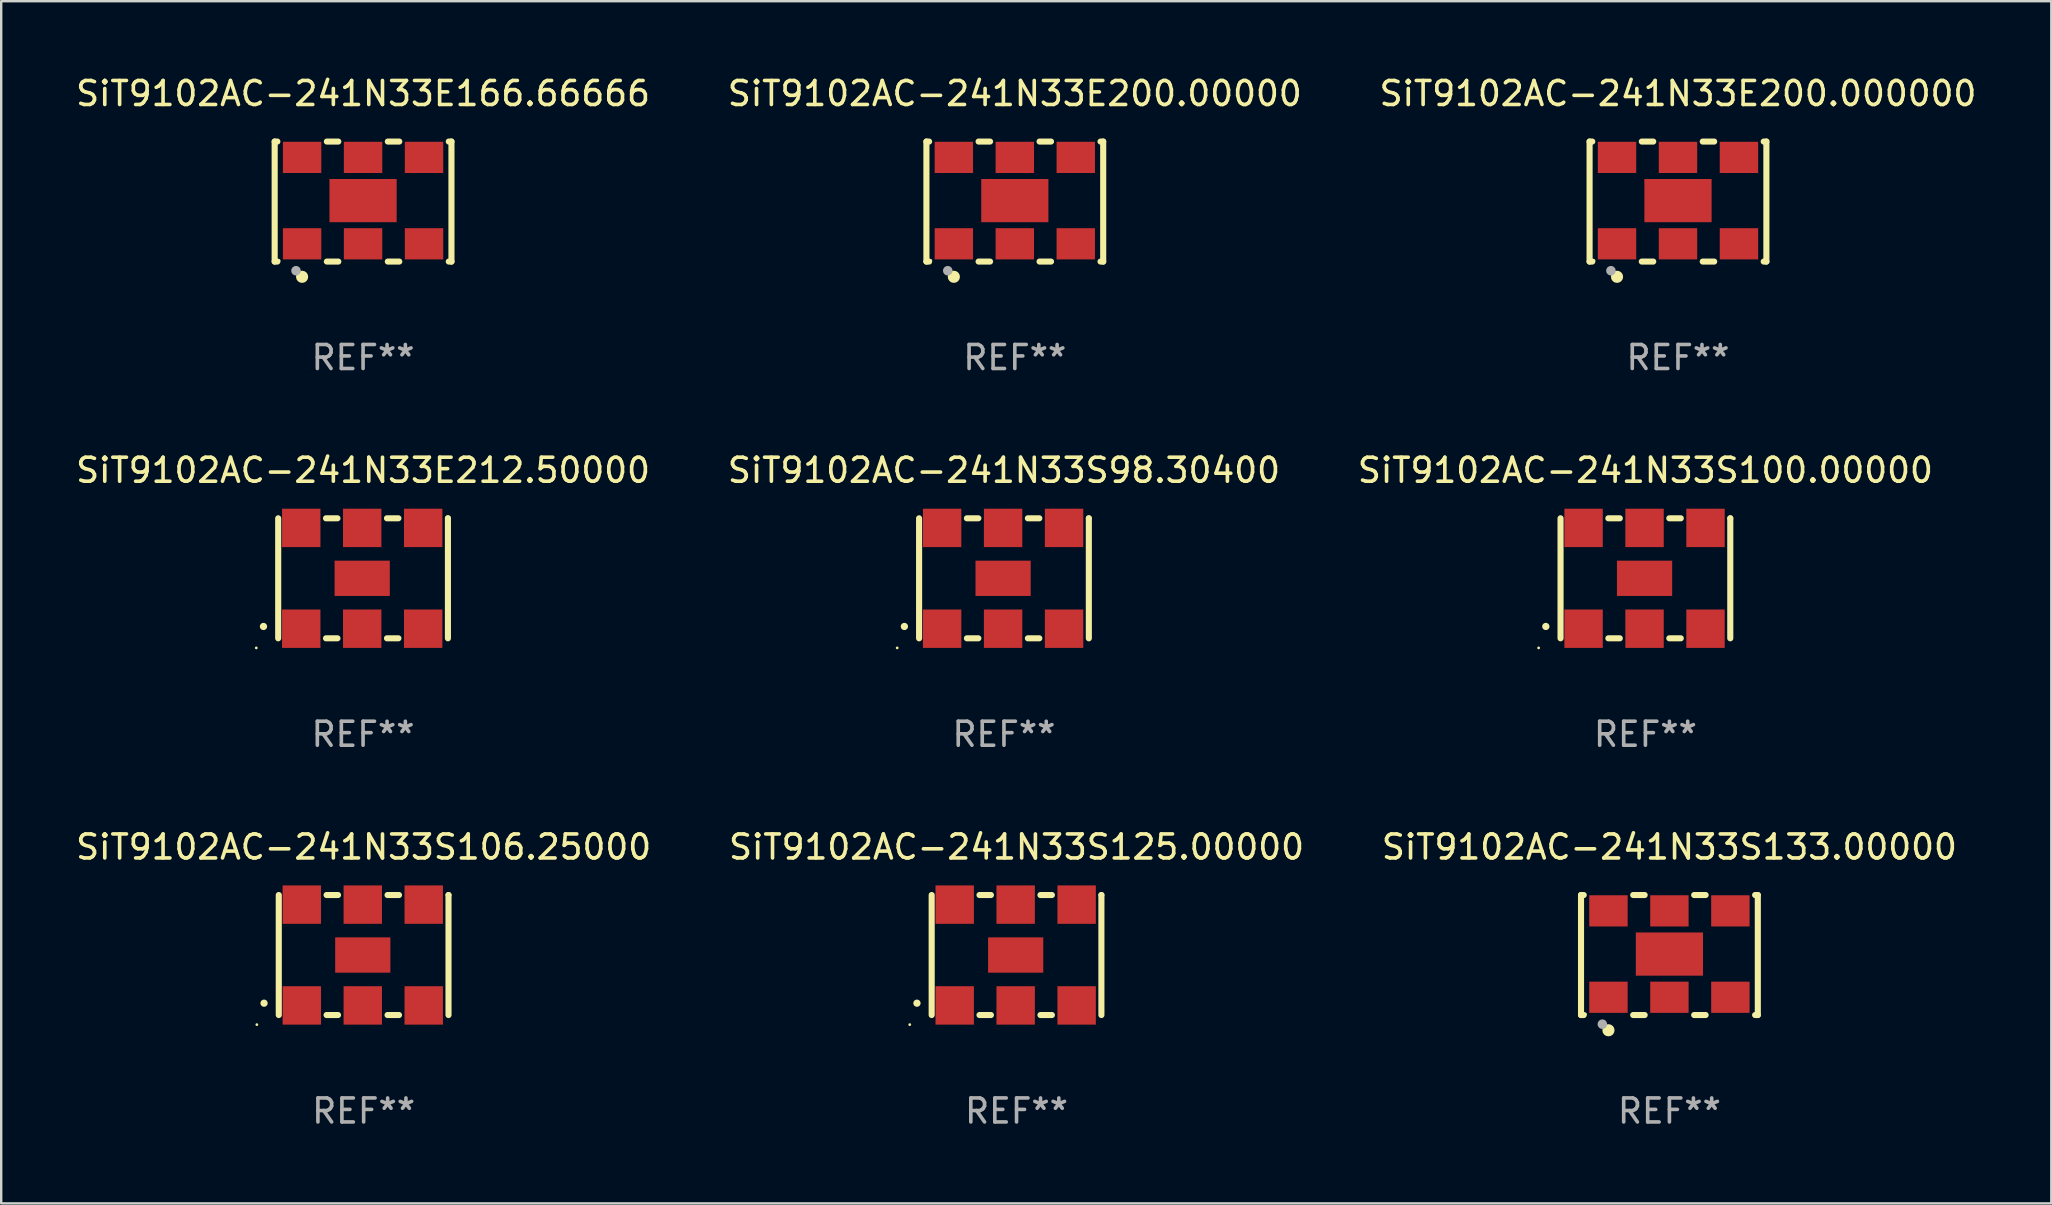
<source format=kicad_pcb>
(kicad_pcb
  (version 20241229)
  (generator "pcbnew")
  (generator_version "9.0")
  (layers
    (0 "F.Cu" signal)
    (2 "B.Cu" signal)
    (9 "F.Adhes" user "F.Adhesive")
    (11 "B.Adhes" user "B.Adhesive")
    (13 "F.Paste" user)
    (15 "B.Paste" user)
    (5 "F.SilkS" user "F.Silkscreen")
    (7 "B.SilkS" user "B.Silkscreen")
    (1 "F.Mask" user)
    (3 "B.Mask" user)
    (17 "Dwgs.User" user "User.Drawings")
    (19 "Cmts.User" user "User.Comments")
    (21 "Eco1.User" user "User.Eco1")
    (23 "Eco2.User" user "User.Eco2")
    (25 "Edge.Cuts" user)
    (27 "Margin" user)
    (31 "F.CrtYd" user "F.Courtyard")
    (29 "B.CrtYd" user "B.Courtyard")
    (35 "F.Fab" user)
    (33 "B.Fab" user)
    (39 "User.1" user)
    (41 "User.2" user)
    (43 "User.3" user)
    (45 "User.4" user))
  (footprint "SiT9102AC-241N33E212.50000"
    (layer "F.Cu")
    (at 12.077 21.045)
    (property "Reference" "SiT9102AC-241N33E212.50000" (at 0 -4.5 0) (layer "F.SilkS") (effects (font (size 1 1) (thickness 0.15))))
    (attr through_hole)
    (fp_line (start -3.536 -2.5) (end -3.536 2.5) (stroke (width 0.254) (type solid)) (layer "F.SilkS"))
    (fp_line (start -1.544 2.5) (end -1.067 2.5) (stroke (width 0.254) (type solid)) (layer "F.SilkS"))
    (fp_line (start -1.067 -2.5) (end -1.544 -2.5) (stroke (width 0.254) (type solid)) (layer "F.SilkS"))
    (fp_line (start 0.996 2.5) (end 1.473 2.5) (stroke (width 0.254) (type solid)) (layer "F.SilkS"))
    (fp_line (start 1.473 -2.5) (end 0.996 -2.5) (stroke (width 0.254) (type solid)) (layer "F.SilkS"))
    (fp_line (start 3.536 -2.5) (end 3.536 -2.5) (stroke (width 0.254) (type solid)) (layer "F.SilkS"))
    (fp_line (start 3.536 2.5) (end 3.536 -2.5) (stroke (width 0.254) (type solid)) (layer "F.SilkS"))
    (fp_arc (start -4.150432 2.006604) (mid -4.149162 2.006599) (end -4.147892 2.006604) (stroke (width 0.3) (type solid)) (layer "F.SilkS"))
    (fp_circle (center -4.449 2.9) (end -4.419 2.9) (stroke (width 0.06) (type solid)) (fill no) (layer "F.SilkS"))
    (fp_text user "REF**" (at 0 6.5 0) (layer "F.Fab") (effects (font (size 1 1) (thickness 0.15))))
    (pad "1" smd rect (at -2.576 2.1) (size 1.6 1.6) (layers "F.Cu" "F.Mask" "F.Paste"))
    (pad "2" smd rect (at -0.036 2.1) (size 1.6 1.6) (layers "F.Cu" "F.Mask" "F.Paste"))
    (pad "3" smd rect (at 2.504 2.1) (size 1.6 1.6) (layers "F.Cu" "F.Mask" "F.Paste"))
    (pad "4" smd rect (at 2.504 -2.1) (size 1.6 1.6) (layers "F.Cu" "F.Mask" "F.Paste"))
    (pad "5" smd rect (at -0.036 -2.1) (size 1.6 1.6) (layers "F.Cu" "F.Mask" "F.Paste"))
    (pad "6" smd rect (at -2.576 -2.1) (size 1.6 1.6) (layers "F.Cu" "F.Mask" "F.Paste"))
    (pad "7" smd rect (at -0.036 0) (size 2.3 1.47) (layers "F.Cu" "F.Mask" "F.Paste")))
  (footprint "SiT9102AC-241N33E200.00000"
    (layer "F.Cu")
    (at 39.232 5.348)
    (property "Reference" "SiT9102AC-241N33E200.00000" (at 0 -4.5 0) (layer "F.SilkS") (effects (font (size 1 1) (thickness 0.15))))
    (attr through_hole)
    (fp_line (start -3.683 -2.5) (end -3.571 -2.5) (stroke (width 0.254) (type solid)) (layer "F.SilkS"))
    (fp_line (start -3.683 2.5) (end -3.683 -2.5) (stroke (width 0.254) (type solid)) (layer "F.SilkS"))
    (fp_line (start -3.683 2.5) (end -3.571 2.5) (stroke (width 0.254) (type solid)) (layer "F.SilkS"))
    (fp_line (start -1.509 -2.5) (end -1.031 -2.5) (stroke (width 0.254) (type solid)) (layer "F.SilkS"))
    (fp_line (start -1.509 2.5) (end -1.031 2.5) (stroke (width 0.254) (type solid)) (layer "F.SilkS"))
    (fp_line (start 1.031 -2.5) (end 1.509 -2.5) (stroke (width 0.254) (type solid)) (layer "F.SilkS"))
    (fp_line (start 1.031 2.5) (end 1.509 2.5) (stroke (width 0.254) (type solid)) (layer "F.SilkS"))
    (fp_line (start 3.571 -2.5) (end 3.683 -2.5) (stroke (width 0.254) (type solid)) (layer "F.SilkS"))
    (fp_line (start 3.571 2.5) (end 3.683 2.5) (stroke (width 0.254) (type solid)) (layer "F.SilkS"))
    (fp_line (start 3.683 2.5) (end 3.683 -2.5) (stroke (width 0.254) (type solid)) (layer "F.SilkS"))
    (fp_circle (center -3.5 2.46) (end -3.47 2.46) (stroke (width 0.06) (type solid)) (fill no) (layer "F.SilkS"))
    (fp_circle (center -2.54 3.135) (end -2.413 3.135) (stroke (width 0.254) (type solid)) (fill no) (layer "F.SilkS"))
    (fp_circle (center -2.794 2.881) (end -2.694 2.881) (stroke (width 0.2) (type solid)) (fill no) (layer "F.Fab"))
    (fp_text user "REF**" (at 0 6.5 0) (layer "F.Fab") (effects (font (size 1 1) (thickness 0.15))))
    (pad "1" smd rect (at -2.54 1.76) (size 1.6 1.3) (layers "F.Cu" "F.Mask" "F.Paste"))
    (pad "2" smd rect (at 0 1.76) (size 1.6 1.3) (layers "F.Cu" "F.Mask" "F.Paste"))
    (pad "3" smd rect (at 2.54 1.76) (size 1.6 1.3) (layers "F.Cu" "F.Mask" "F.Paste"))
    (pad "4" smd rect (at 2.54 -1.84) (size 1.6 1.3) (layers "F.Cu" "F.Mask" "F.Paste"))
    (pad "5" smd rect (at 0 -1.84) (size 1.6 1.3) (layers "F.Cu" "F.Mask" "F.Paste"))
    (pad "6" smd rect (at -2.54 -1.84) (size 1.6 1.3) (layers "F.Cu" "F.Mask" "F.Paste"))
    (pad "7" smd rect (at 0 -0.04) (size 2.8 1.8) (layers "F.Cu" "F.Mask" "F.Paste")))
  (footprint "SiT9102AC-241N33E166.66666"
    (layer "F.Cu")
    (at 12.077 5.348)
    (property "Reference" "SiT9102AC-241N33E166.66666" (at 0 -4.5 0) (layer "F.SilkS") (effects (font (size 1 1) (thickness 0.15))))
    (attr through_hole)
    (fp_line (start -3.683 -2.5) (end -3.571 -2.5) (stroke (width 0.254) (type solid)) (layer "F.SilkS"))
    (fp_line (start -3.683 2.5) (end -3.683 -2.5) (stroke (width 0.254) (type solid)) (layer "F.SilkS"))
    (fp_line (start -3.683 2.5) (end -3.571 2.5) (stroke (width 0.254) (type solid)) (layer "F.SilkS"))
    (fp_line (start -1.509 -2.5) (end -1.031 -2.5) (stroke (width 0.254) (type solid)) (layer "F.SilkS"))
    (fp_line (start -1.509 2.5) (end -1.031 2.5) (stroke (width 0.254) (type solid)) (layer "F.SilkS"))
    (fp_line (start 1.031 -2.5) (end 1.509 -2.5) (stroke (width 0.254) (type solid)) (layer "F.SilkS"))
    (fp_line (start 1.031 2.5) (end 1.509 2.5) (stroke (width 0.254) (type solid)) (layer "F.SilkS"))
    (fp_line (start 3.571 -2.5) (end 3.683 -2.5) (stroke (width 0.254) (type solid)) (layer "F.SilkS"))
    (fp_line (start 3.571 2.5) (end 3.683 2.5) (stroke (width 0.254) (type solid)) (layer "F.SilkS"))
    (fp_line (start 3.683 2.5) (end 3.683 -2.5) (stroke (width 0.254) (type solid)) (layer "F.SilkS"))
    (fp_circle (center -3.5 2.46) (end -3.47 2.46) (stroke (width 0.06) (type solid)) (fill no) (layer "F.SilkS"))
    (fp_circle (center -2.54 3.135) (end -2.413 3.135) (stroke (width 0.254) (type solid)) (fill no) (layer "F.SilkS"))
    (fp_circle (center -2.794 2.881) (end -2.694 2.881) (stroke (width 0.2) (type solid)) (fill no) (layer "F.Fab"))
    (fp_text user "REF**" (at 0 6.5 0) (layer "F.Fab") (effects (font (size 1 1) (thickness 0.15))))
    (pad "1" smd rect (at -2.54 1.76) (size 1.6 1.3) (layers "F.Cu" "F.Mask" "F.Paste"))
    (pad "2" smd rect (at 0 1.76) (size 1.6 1.3) (layers "F.Cu" "F.Mask" "F.Paste"))
    (pad "3" smd rect (at 2.54 1.76) (size 1.6 1.3) (layers "F.Cu" "F.Mask" "F.Paste"))
    (pad "4" smd rect (at 2.54 -1.84) (size 1.6 1.3) (layers "F.Cu" "F.Mask" "F.Paste"))
    (pad "5" smd rect (at 0 -1.84) (size 1.6 1.3) (layers "F.Cu" "F.Mask" "F.Paste"))
    (pad "6" smd rect (at -2.54 -1.84) (size 1.6 1.3) (layers "F.Cu" "F.Mask" "F.Paste"))
    (pad "7" smd rect (at 0 -0.04) (size 2.8 1.8) (layers "F.Cu" "F.Mask" "F.Paste")))
  (footprint "SiT9102AC-241N33S106.25000"
    (layer "F.Cu")
    (at 12.101 36.741)
    (property "Reference" "SiT9102AC-241N33S106.25000" (at 0 -4.5 0) (layer "F.SilkS") (effects (font (size 1 1) (thickness 0.15))))
    (attr through_hole)
    (fp_line (start -3.536 -2.5) (end -3.536 2.5) (stroke (width 0.254) (type solid)) (layer "F.SilkS"))
    (fp_line (start -1.544 2.5) (end -1.067 2.5) (stroke (width 0.254) (type solid)) (layer "F.SilkS"))
    (fp_line (start -1.067 -2.5) (end -1.544 -2.5) (stroke (width 0.254) (type solid)) (layer "F.SilkS"))
    (fp_line (start 0.996 2.5) (end 1.473 2.5) (stroke (width 0.254) (type solid)) (layer "F.SilkS"))
    (fp_line (start 1.473 -2.5) (end 0.996 -2.5) (stroke (width 0.254) (type solid)) (layer "F.SilkS"))
    (fp_line (start 3.536 -2.5) (end 3.536 -2.5) (stroke (width 0.254) (type solid)) (layer "F.SilkS"))
    (fp_line (start 3.536 2.5) (end 3.536 -2.5) (stroke (width 0.254) (type solid)) (layer "F.SilkS"))
    (fp_arc (start -4.150432 2.006604) (mid -4.149162 2.006599) (end -4.147892 2.006604) (stroke (width 0.3) (type solid)) (layer "F.SilkS"))
    (fp_circle (center -4.449 2.9) (end -4.419 2.9) (stroke (width 0.06) (type solid)) (fill no) (layer "F.SilkS"))
    (fp_text user "REF**" (at 0 6.5 0) (layer "F.Fab") (effects (font (size 1 1) (thickness 0.15))))
    (pad "1" smd rect (at -2.576 2.1) (size 1.6 1.6) (layers "F.Cu" "F.Mask" "F.Paste"))
    (pad "2" smd rect (at -0.036 2.1) (size 1.6 1.6) (layers "F.Cu" "F.Mask" "F.Paste"))
    (pad "3" smd rect (at 2.504 2.1) (size 1.6 1.6) (layers "F.Cu" "F.Mask" "F.Paste"))
    (pad "4" smd rect (at 2.504 -2.1) (size 1.6 1.6) (layers "F.Cu" "F.Mask" "F.Paste"))
    (pad "5" smd rect (at -0.036 -2.1) (size 1.6 1.6) (layers "F.Cu" "F.Mask" "F.Paste"))
    (pad "6" smd rect (at -2.576 -2.1) (size 1.6 1.6) (layers "F.Cu" "F.Mask" "F.Paste"))
    (pad "7" smd rect (at -0.036 0) (size 2.3 1.47) (layers "F.Cu" "F.Mask" "F.Paste")))
  (footprint "SiT9102AC-241N33E200.000000"
    (layer "F.Cu")
    (at 66.863 5.348)
    (property "Reference" "SiT9102AC-241N33E200.000000" (at 0 -4.5 0) (layer "F.SilkS") (effects (font (size 1 1) (thickness 0.15))))
    (attr through_hole)
    (fp_line (start -3.683 -2.5) (end -3.571 -2.5) (stroke (width 0.254) (type solid)) (layer "F.SilkS"))
    (fp_line (start -3.683 2.5) (end -3.683 -2.5) (stroke (width 0.254) (type solid)) (layer "F.SilkS"))
    (fp_line (start -3.683 2.5) (end -3.571 2.5) (stroke (width 0.254) (type solid)) (layer "F.SilkS"))
    (fp_line (start -1.509 -2.5) (end -1.031 -2.5) (stroke (width 0.254) (type solid)) (layer "F.SilkS"))
    (fp_line (start -1.509 2.5) (end -1.031 2.5) (stroke (width 0.254) (type solid)) (layer "F.SilkS"))
    (fp_line (start 1.031 -2.5) (end 1.509 -2.5) (stroke (width 0.254) (type solid)) (layer "F.SilkS"))
    (fp_line (start 1.031 2.5) (end 1.509 2.5) (stroke (width 0.254) (type solid)) (layer "F.SilkS"))
    (fp_line (start 3.571 -2.5) (end 3.683 -2.5) (stroke (width 0.254) (type solid)) (layer "F.SilkS"))
    (fp_line (start 3.571 2.5) (end 3.683 2.5) (stroke (width 0.254) (type solid)) (layer "F.SilkS"))
    (fp_line (start 3.683 2.5) (end 3.683 -2.5) (stroke (width 0.254) (type solid)) (layer "F.SilkS"))
    (fp_circle (center -3.5 2.46) (end -3.47 2.46) (stroke (width 0.06) (type solid)) (fill no) (layer "F.SilkS"))
    (fp_circle (center -2.54 3.135) (end -2.413 3.135) (stroke (width 0.254) (type solid)) (fill no) (layer "F.SilkS"))
    (fp_circle (center -2.794 2.881) (end -2.694 2.881) (stroke (width 0.2) (type solid)) (fill no) (layer "F.Fab"))
    (fp_text user "REF**" (at 0 6.5 0) (layer "F.Fab") (effects (font (size 1 1) (thickness 0.15))))
    (pad "1" smd rect (at -2.54 1.76) (size 1.6 1.3) (layers "F.Cu" "F.Mask" "F.Paste"))
    (pad "2" smd rect (at 0 1.76) (size 1.6 1.3) (layers "F.Cu" "F.Mask" "F.Paste"))
    (pad "3" smd rect (at 2.54 1.76) (size 1.6 1.3) (layers "F.Cu" "F.Mask" "F.Paste"))
    (pad "4" smd rect (at 2.54 -1.84) (size 1.6 1.3) (layers "F.Cu" "F.Mask" "F.Paste"))
    (pad "5" smd rect (at 0 -1.84) (size 1.6 1.3) (layers "F.Cu" "F.Mask" "F.Paste"))
    (pad "6" smd rect (at -2.54 -1.84) (size 1.6 1.3) (layers "F.Cu" "F.Mask" "F.Paste"))
    (pad "7" smd rect (at 0 -0.04) (size 2.8 1.8) (layers "F.Cu" "F.Mask" "F.Paste")))
  (footprint "SiT9102AC-241N33S100.00000"
    (layer "F.Cu")
    (at 65.506 21.045)
    (property "Reference" "SiT9102AC-241N33S100.00000" (at 0 -4.5 0) (layer "F.SilkS") (effects (font (size 1 1) (thickness 0.15))))
    (attr through_hole)
    (fp_line (start -3.536 -2.5) (end -3.536 2.5) (stroke (width 0.254) (type solid)) (layer "F.SilkS"))
    (fp_line (start -1.544 2.5) (end -1.067 2.5) (stroke (width 0.254) (type solid)) (layer "F.SilkS"))
    (fp_line (start -1.067 -2.5) (end -1.544 -2.5) (stroke (width 0.254) (type solid)) (layer "F.SilkS"))
    (fp_line (start 0.996 2.5) (end 1.473 2.5) (stroke (width 0.254) (type solid)) (layer "F.SilkS"))
    (fp_line (start 1.473 -2.5) (end 0.996 -2.5) (stroke (width 0.254) (type solid)) (layer "F.SilkS"))
    (fp_line (start 3.536 -2.5) (end 3.536 -2.5) (stroke (width 0.254) (type solid)) (layer "F.SilkS"))
    (fp_line (start 3.536 2.5) (end 3.536 -2.5) (stroke (width 0.254) (type solid)) (layer "F.SilkS"))
    (fp_arc (start -4.150432 2.006604) (mid -4.149162 2.006599) (end -4.147892 2.006604) (stroke (width 0.3) (type solid)) (layer "F.SilkS"))
    (fp_circle (center -4.449 2.9) (end -4.419 2.9) (stroke (width 0.06) (type solid)) (fill no) (layer "F.SilkS"))
    (fp_text user "REF**" (at 0 6.5 0) (layer "F.Fab") (effects (font (size 1 1) (thickness 0.15))))
    (pad "1" smd rect (at -2.576 2.1) (size 1.6 1.6) (layers "F.Cu" "F.Mask" "F.Paste"))
    (pad "2" smd rect (at -0.036 2.1) (size 1.6 1.6) (layers "F.Cu" "F.Mask" "F.Paste"))
    (pad "3" smd rect (at 2.504 2.1) (size 1.6 1.6) (layers "F.Cu" "F.Mask" "F.Paste"))
    (pad "4" smd rect (at 2.504 -2.1) (size 1.6 1.6) (layers "F.Cu" "F.Mask" "F.Paste"))
    (pad "5" smd rect (at -0.036 -2.1) (size 1.6 1.6) (layers "F.Cu" "F.Mask" "F.Paste"))
    (pad "6" smd rect (at -2.576 -2.1) (size 1.6 1.6) (layers "F.Cu" "F.Mask" "F.Paste"))
    (pad "7" smd rect (at -0.036 0) (size 2.3 1.47) (layers "F.Cu" "F.Mask" "F.Paste")))
  (footprint "SiT9102AC-241N33S125.00000"
    (layer "F.Cu")
    (at 39.304 36.741)
    (property "Reference" "SiT9102AC-241N33S125.00000" (at 0 -4.5 0) (layer "F.SilkS") (effects (font (size 1 1) (thickness 0.15))))
    (attr through_hole)
    (fp_line (start -3.536 -2.5) (end -3.536 2.5) (stroke (width 0.254) (type solid)) (layer "F.SilkS"))
    (fp_line (start -1.544 2.5) (end -1.067 2.5) (stroke (width 0.254) (type solid)) (layer "F.SilkS"))
    (fp_line (start -1.067 -2.5) (end -1.544 -2.5) (stroke (width 0.254) (type solid)) (layer "F.SilkS"))
    (fp_line (start 0.996 2.5) (end 1.473 2.5) (stroke (width 0.254) (type solid)) (layer "F.SilkS"))
    (fp_line (start 1.473 -2.5) (end 0.996 -2.5) (stroke (width 0.254) (type solid)) (layer "F.SilkS"))
    (fp_line (start 3.536 -2.5) (end 3.536 -2.5) (stroke (width 0.254) (type solid)) (layer "F.SilkS"))
    (fp_line (start 3.536 2.5) (end 3.536 -2.5) (stroke (width 0.254) (type solid)) (layer "F.SilkS"))
    (fp_arc (start -4.150432 2.006604) (mid -4.149162 2.006599) (end -4.147892 2.006604) (stroke (width 0.3) (type solid)) (layer "F.SilkS"))
    (fp_circle (center -4.449 2.9) (end -4.419 2.9) (stroke (width 0.06) (type solid)) (fill no) (layer "F.SilkS"))
    (fp_text user "REF**" (at 0 6.5 0) (layer "F.Fab") (effects (font (size 1 1) (thickness 0.15))))
    (pad "1" smd rect (at -2.576 2.1) (size 1.6 1.6) (layers "F.Cu" "F.Mask" "F.Paste"))
    (pad "2" smd rect (at -0.036 2.1) (size 1.6 1.6) (layers "F.Cu" "F.Mask" "F.Paste"))
    (pad "3" smd rect (at 2.504 2.1) (size 1.6 1.6) (layers "F.Cu" "F.Mask" "F.Paste"))
    (pad "4" smd rect (at 2.504 -2.1) (size 1.6 1.6) (layers "F.Cu" "F.Mask" "F.Paste"))
    (pad "5" smd rect (at -0.036 -2.1) (size 1.6 1.6) (layers "F.Cu" "F.Mask" "F.Paste"))
    (pad "6" smd rect (at -2.576 -2.1) (size 1.6 1.6) (layers "F.Cu" "F.Mask" "F.Paste"))
    (pad "7" smd rect (at -0.036 0) (size 2.3 1.47) (layers "F.Cu" "F.Mask" "F.Paste")))
  (footprint "SiT9102AC-241N33S133.00000"
    (layer "F.Cu")
    (at 66.506 36.741)
    (property "Reference" "SiT9102AC-241N33S133.00000" (at 0 -4.5 0) (layer "F.SilkS") (effects (font (size 1 1) (thickness 0.15))))
    (attr through_hole)
    (fp_line (start -3.683 -2.5) (end -3.571 -2.5) (stroke (width 0.254) (type solid)) (layer "F.SilkS"))
    (fp_line (start -3.683 2.5) (end -3.683 -2.5) (stroke (width 0.254) (type solid)) (layer "F.SilkS"))
    (fp_line (start -3.683 2.5) (end -3.571 2.5) (stroke (width 0.254) (type solid)) (layer "F.SilkS"))
    (fp_line (start -1.509 -2.5) (end -1.031 -2.5) (stroke (width 0.254) (type solid)) (layer "F.SilkS"))
    (fp_line (start -1.509 2.5) (end -1.031 2.5) (stroke (width 0.254) (type solid)) (layer "F.SilkS"))
    (fp_line (start 1.031 -2.5) (end 1.509 -2.5) (stroke (width 0.254) (type solid)) (layer "F.SilkS"))
    (fp_line (start 1.031 2.5) (end 1.509 2.5) (stroke (width 0.254) (type solid)) (layer "F.SilkS"))
    (fp_line (start 3.571 -2.5) (end 3.683 -2.5) (stroke (width 0.254) (type solid)) (layer "F.SilkS"))
    (fp_line (start 3.571 2.5) (end 3.683 2.5) (stroke (width 0.254) (type solid)) (layer "F.SilkS"))
    (fp_line (start 3.683 2.5) (end 3.683 -2.5) (stroke (width 0.254) (type solid)) (layer "F.SilkS"))
    (fp_circle (center -3.5 2.46) (end -3.47 2.46) (stroke (width 0.06) (type solid)) (fill no) (layer "F.SilkS"))
    (fp_circle (center -2.54 3.135) (end -2.413 3.135) (stroke (width 0.254) (type solid)) (fill no) (layer "F.SilkS"))
    (fp_circle (center -2.794 2.881) (end -2.694 2.881) (stroke (width 0.2) (type solid)) (fill no) (layer "F.Fab"))
    (fp_text user "REF**" (at 0 6.5 0) (layer "F.Fab") (effects (font (size 1 1) (thickness 0.15))))
    (pad "1" smd rect (at -2.54 1.76) (size 1.6 1.3) (layers "F.Cu" "F.Mask" "F.Paste"))
    (pad "2" smd rect (at 0 1.76) (size 1.6 1.3) (layers "F.Cu" "F.Mask" "F.Paste"))
    (pad "3" smd rect (at 2.54 1.76) (size 1.6 1.3) (layers "F.Cu" "F.Mask" "F.Paste"))
    (pad "4" smd rect (at 2.54 -1.84) (size 1.6 1.3) (layers "F.Cu" "F.Mask" "F.Paste"))
    (pad "5" smd rect (at 0 -1.84) (size 1.6 1.3) (layers "F.Cu" "F.Mask" "F.Paste"))
    (pad "6" smd rect (at -2.54 -1.84) (size 1.6 1.3) (layers "F.Cu" "F.Mask" "F.Paste"))
    (pad "7" smd rect (at 0 -0.04) (size 2.8 1.8) (layers "F.Cu" "F.Mask" "F.Paste")))
  (footprint "SiT9102AC-241N33S98.30400"
    (layer "F.Cu")
    (at 38.78 21.045)
    (property "Reference" "SiT9102AC-241N33S98.30400" (at 0 -4.5 0) (layer "F.SilkS") (effects (font (size 1 1) (thickness 0.15))))
    (attr through_hole)
    (fp_line (start -3.536 -2.5) (end -3.536 2.5) (stroke (width 0.254) (type solid)) (layer "F.SilkS"))
    (fp_line (start -1.544 2.5) (end -1.067 2.5) (stroke (width 0.254) (type solid)) (layer "F.SilkS"))
    (fp_line (start -1.067 -2.5) (end -1.544 -2.5) (stroke (width 0.254) (type solid)) (layer "F.SilkS"))
    (fp_line (start 0.996 2.5) (end 1.473 2.5) (stroke (width 0.254) (type solid)) (layer "F.SilkS"))
    (fp_line (start 1.473 -2.5) (end 0.996 -2.5) (stroke (width 0.254) (type solid)) (layer "F.SilkS"))
    (fp_line (start 3.536 -2.5) (end 3.536 -2.5) (stroke (width 0.254) (type solid)) (layer "F.SilkS"))
    (fp_line (start 3.536 2.5) (end 3.536 -2.5) (stroke (width 0.254) (type solid)) (layer "F.SilkS"))
    (fp_arc (start -4.150432 2.006604) (mid -4.149162 2.006599) (end -4.147892 2.006604) (stroke (width 0.3) (type solid)) (layer "F.SilkS"))
    (fp_circle (center -4.449 2.9) (end -4.419 2.9) (stroke (width 0.06) (type solid)) (fill no) (layer "F.SilkS"))
    (fp_text user "REF**" (at 0 6.5 0) (layer "F.Fab") (effects (font (size 1 1) (thickness 0.15))))
    (pad "1" smd rect (at -2.576 2.1) (size 1.6 1.6) (layers "F.Cu" "F.Mask" "F.Paste"))
    (pad "2" smd rect (at -0.036 2.1) (size 1.6 1.6) (layers "F.Cu" "F.Mask" "F.Paste"))
    (pad "3" smd rect (at 2.504 2.1) (size 1.6 1.6) (layers "F.Cu" "F.Mask" "F.Paste"))
    (pad "4" smd rect (at 2.504 -2.1) (size 1.6 1.6) (layers "F.Cu" "F.Mask" "F.Paste"))
    (pad "5" smd rect (at -0.036 -2.1) (size 1.6 1.6) (layers "F.Cu" "F.Mask" "F.Paste"))
    (pad "6" smd rect (at -2.576 -2.1) (size 1.6 1.6) (layers "F.Cu" "F.Mask" "F.Paste"))
    (pad "7" smd rect (at -0.036 0) (size 2.3 1.47) (layers "F.Cu" "F.Mask" "F.Paste")))
  (gr_rect
    (start -3 -3)
    (end 82.417 47.09)
    (stroke (width 0.1) (type default))
    (fill no)
    (layer "Edge.Cuts")))
</source>
